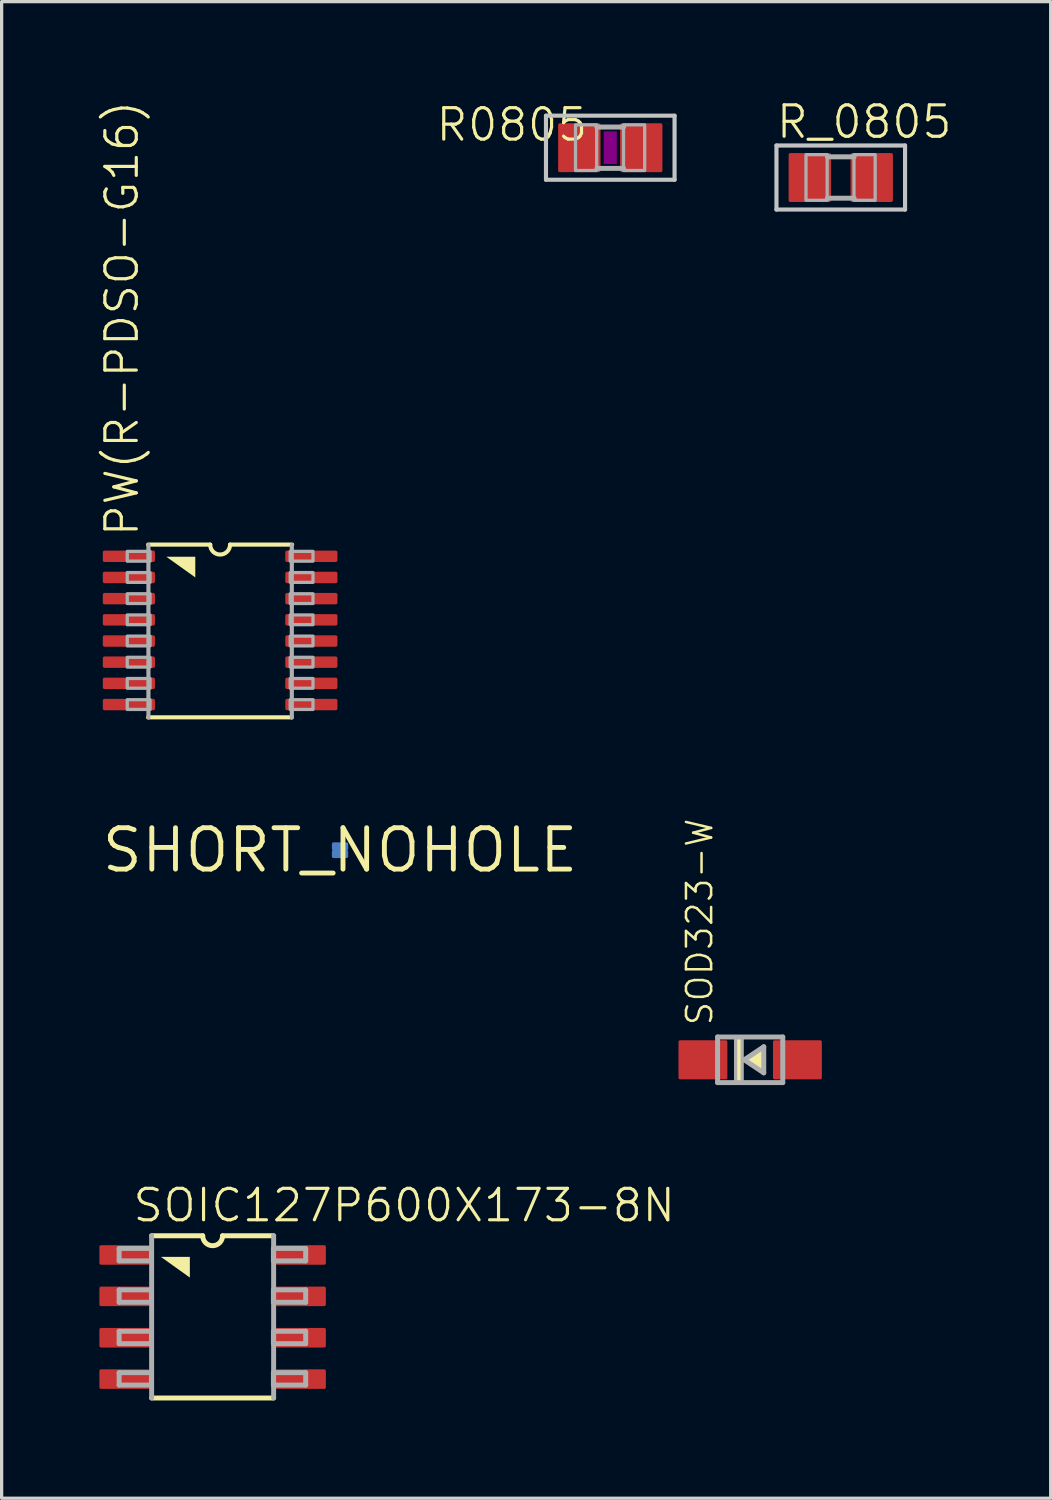
<source format=kicad_pcb>
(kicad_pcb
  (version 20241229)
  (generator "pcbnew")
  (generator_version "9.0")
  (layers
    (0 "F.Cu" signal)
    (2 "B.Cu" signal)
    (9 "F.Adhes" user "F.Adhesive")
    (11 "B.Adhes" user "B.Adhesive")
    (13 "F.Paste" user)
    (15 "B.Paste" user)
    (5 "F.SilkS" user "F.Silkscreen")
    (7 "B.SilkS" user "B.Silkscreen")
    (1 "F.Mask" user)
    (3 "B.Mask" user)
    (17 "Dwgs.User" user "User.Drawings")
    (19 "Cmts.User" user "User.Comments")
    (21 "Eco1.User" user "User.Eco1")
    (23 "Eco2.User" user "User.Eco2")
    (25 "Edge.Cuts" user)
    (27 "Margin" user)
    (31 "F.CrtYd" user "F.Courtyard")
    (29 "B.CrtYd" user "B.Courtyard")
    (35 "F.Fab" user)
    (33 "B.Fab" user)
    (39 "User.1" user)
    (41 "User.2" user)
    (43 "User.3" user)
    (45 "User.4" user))
  (footprint "SOD323-W"
    (layer "F.Cu")
    (at 19.971 29.473)
    (property "Reference" "SOD323-W" (at -1.1 -1 270) (layer "F.SilkS") (effects (font (size 0.772 0.772) (thickness 0.077)) (justify left bottom)))
    (attr through_hole)
    (fp_poly (pts (xy -0.191 0) (xy 0.381 -0.381) (xy 0.381 0.381)) (stroke (width 0) (type solid)) (fill yes) (layer "F.SilkS"))
    (fp_poly (pts (xy -0.446 0.7) (xy -0.246 0.7) (xy -0.246 -0.7) (xy -0.446 -0.7)) (stroke (width 0) (type solid)) (fill yes) (layer "F.SilkS"))
    (fp_line (start -1 -0.7) (end 1 -0.7) (stroke (width 0.152) (type solid)) (layer "F.Fab"))
    (fp_line (start -1 0.7) (end -1 -0.7) (stroke (width 0.152) (type solid)) (layer "F.Fab"))
    (fp_line (start -0.182 0) (end 0.417 -0.4) (stroke (width 0.152) (type solid)) (layer "F.Fab"))
    (fp_line (start 0.417 -0.4) (end 0.417 0.4) (stroke (width 0.152) (type solid)) (layer "F.Fab"))
    (fp_line (start 0.417 0.4) (end -0.182 0) (stroke (width 0.152) (type solid)) (layer "F.Fab"))
    (fp_line (start 1 -0.7) (end 1 0.7) (stroke (width 0.152) (type solid)) (layer "F.Fab"))
    (fp_line (start 1 0.7) (end -1 0.7) (stroke (width 0.152) (type solid)) (layer "F.Fab"))
    (fp_poly (pts (xy -0.446 0.7) (xy -0.246 0.7) (xy -0.246 -0.7) (xy -0.446 -0.7)) (stroke (width 0.1) (type solid)) (fill no) (layer "F.Fab"))
    (pad "A" smd roundrect (at 1.45 0) (size 1.5 1.2) (layers "F.Cu" "F.Mask" "F.Paste") (roundrect_rratio 0.042))
    (pad "C" smd roundrect (at -1.45 0) (size 1.5 1.2) (layers "F.Cu" "F.Mask" "F.Paste") (roundrect_rratio 0.042)))
  (footprint "R0805"
    (layer "F.Cu")
    (at 15.678 1.483)
    (property "Reference" "R0805" (at -0.635 -1.27 0) (layer "F.SilkS") (effects (font (size 0.965 0.965) (thickness 0.097)) (justify right top)))
    (attr through_hole)
    (fp_poly (pts (xy -0.2 0.5) (xy 0.2 0.5) (xy 0.2 -0.5) (xy -0.2 -0.5)) (stroke (width 0) (type solid)) (fill yes) (layer "F.Adhes"))
    (fp_line (start -1.973 -0.983) (end 1.973 -0.983) (stroke (width 0.127) (type solid)) (layer "Dwgs.User"))
    (fp_line (start -1.973 0.983) (end -1.973 -0.983) (stroke (width 0.127) (type solid)) (layer "Dwgs.User"))
    (fp_line (start 1.973 -0.983) (end 1.973 0.983) (stroke (width 0.127) (type solid)) (layer "Dwgs.User"))
    (fp_line (start 1.973 0.983) (end -1.973 0.983) (stroke (width 0.127) (type solid)) (layer "Dwgs.User"))
    (fp_line (start -0.41 -0.635) (end 0.41 -0.635) (stroke (width 0.152) (type solid)) (layer "F.Fab"))
    (fp_line (start -0.41 0.635) (end 0.41 0.635) (stroke (width 0.152) (type solid)) (layer "F.Fab"))
    (fp_poly (pts (xy -1.067 0.699) (xy -0.417 0.699) (xy -0.417 -0.702) (xy -1.067 -0.702)) (stroke (width 0.1) (type solid)) (fill no) (layer "F.Fab"))
    (fp_poly (pts (xy 0.406 0.699) (xy 1.056 0.699) (xy 1.056 -0.702) (xy 0.406 -0.702)) (stroke (width 0.1) (type solid)) (fill no) (layer "F.Fab"))
    (pad "1" smd roundrect (at -0.95 0) (size 1.3 1.5) (layers "F.Cu" "F.Mask" "F.Paste") (roundrect_rratio 0.039))
    (pad "2" smd roundrect (at 0.95 0) (size 1.3 1.5) (layers "F.Cu" "F.Mask" "F.Paste") (roundrect_rratio 0.039)))
  (footprint "SHORT_NOHOLE"
    (layer "F.Cu")
    (at 7.385 23.041)
    (property "Reference" "SHORT_NOHOLE" (at 0 0 0) (layer "F.SilkS") (effects (font (size 1.27 1.27) (thickness 0.15))))
    (attr through_hole)
    (pad "P$1" smd roundrect (at 0 -0.117 180) (size 0.5 0.25) (layers "B.Cu" "B.Mask") (roundrect_rratio 0.203))
    (pad "P$2" smd roundrect (at 0 0.117 180) (size 0.5 0.25) (layers "B.Cu" "B.Mask") (roundrect_rratio 0.203)))
  (footprint "PW(R-PDSO-G16)"
    (layer "F.Cu")
    (at 3.705 16.321)
    (property "Reference" "PW(R-PDSO-G16)" (at -2.45 -2.85 270) (layer "F.SilkS") (effects (font (size 0.965 0.965) (thickness 0.097)) (justify left bottom)))
    (attr through_hole)
    (fp_line (start -0.305 -2.658) (end -2.21 -2.658) (stroke (width 0.127) (type solid)) (layer "F.SilkS"))
    (fp_line (start 2.195 2.642) (end -2.21 2.642) (stroke (width 0.127) (type solid)) (layer "F.SilkS"))
    (fp_line (start 2.21 -2.658) (end 0.305 -2.658) (stroke (width 0.127) (type solid)) (layer "F.SilkS"))
    (fp_arc (start 0.3048 -2.6578) (mid 0 -2.353) (end -0.3048 -2.6578) (stroke (width 0.127) (type solid)) (layer "F.SilkS"))
    (fp_poly (pts (xy -1.651 -2.286) (xy -0.762 -2.286) (xy -0.762 -1.651)) (stroke (width 0) (type solid)) (fill yes) (layer "F.SilkS"))
    (fp_line (start -2.2 2.65) (end -2.2 -2.65) (stroke (width 0.127) (type solid)) (layer "F.Fab"))
    (fp_line (start 2.2 2.65) (end 2.2 -2.65) (stroke (width 0.127) (type solid)) (layer "F.Fab"))
    (fp_poly (pts (xy -2.85 -2.15) (xy -2.15 -2.15) (xy -2.15 -2.45) (xy -2.85 -2.45)) (stroke (width 0.1) (type solid)) (fill no) (layer "F.Fab"))
    (fp_poly (pts (xy -2.85 -1.5) (xy -2.15 -1.5) (xy -2.15 -1.8) (xy -2.85 -1.8)) (stroke (width 0.1) (type solid)) (fill no) (layer "F.Fab"))
    (fp_poly (pts (xy -2.85 -0.85) (xy -2.15 -0.85) (xy -2.15 -1.15) (xy -2.85 -1.15)) (stroke (width 0.1) (type solid)) (fill no) (layer "F.Fab"))
    (fp_poly (pts (xy -2.85 -0.2) (xy -2.15 -0.2) (xy -2.15 -0.5) (xy -2.85 -0.5)) (stroke (width 0.1) (type solid)) (fill no) (layer "F.Fab"))
    (fp_poly (pts (xy -2.85 0.45) (xy -2.15 0.45) (xy -2.15 0.15) (xy -2.85 0.15)) (stroke (width 0.1) (type solid)) (fill no) (layer "F.Fab"))
    (fp_poly (pts (xy -2.85 1.1) (xy -2.15 1.1) (xy -2.15 0.8) (xy -2.85 0.8)) (stroke (width 0.1) (type solid)) (fill no) (layer "F.Fab"))
    (fp_poly (pts (xy -2.85 1.75) (xy -2.15 1.75) (xy -2.15 1.45) (xy -2.85 1.45)) (stroke (width 0.1) (type solid)) (fill no) (layer "F.Fab"))
    (fp_poly (pts (xy -2.85 2.4) (xy -2.15 2.4) (xy -2.15 2.1) (xy -2.85 2.1)) (stroke (width 0.1) (type solid)) (fill no) (layer "F.Fab"))
    (fp_poly (pts (xy 2.15 -2.15) (xy 2.85 -2.15) (xy 2.85 -2.45) (xy 2.15 -2.45)) (stroke (width 0.1) (type solid)) (fill no) (layer "F.Fab"))
    (fp_poly (pts (xy 2.15 -1.5) (xy 2.85 -1.5) (xy 2.85 -1.8) (xy 2.15 -1.8)) (stroke (width 0.1) (type solid)) (fill no) (layer "F.Fab"))
    (fp_poly (pts (xy 2.15 -0.85) (xy 2.85 -0.85) (xy 2.85 -1.15) (xy 2.15 -1.15)) (stroke (width 0.1) (type solid)) (fill no) (layer "F.Fab"))
    (fp_poly (pts (xy 2.15 -0.2) (xy 2.85 -0.2) (xy 2.85 -0.5) (xy 2.15 -0.5)) (stroke (width 0.1) (type solid)) (fill no) (layer "F.Fab"))
    (fp_poly (pts (xy 2.15 0.45) (xy 2.85 0.45) (xy 2.85 0.15) (xy 2.15 0.15)) (stroke (width 0.1) (type solid)) (fill no) (layer "F.Fab"))
    (fp_poly (pts (xy 2.15 1.1) (xy 2.85 1.1) (xy 2.85 0.8) (xy 2.15 0.8)) (stroke (width 0.1) (type solid)) (fill no) (layer "F.Fab"))
    (fp_poly (pts (xy 2.15 1.75) (xy 2.85 1.75) (xy 2.85 1.45) (xy 2.15 1.45)) (stroke (width 0.1) (type solid)) (fill no) (layer "F.Fab"))
    (fp_poly (pts (xy 2.15 2.4) (xy 2.85 2.4) (xy 2.85 2.1) (xy 2.15 2.1)) (stroke (width 0.1) (type solid)) (fill no) (layer "F.Fab"))
    (pad "1" smd roundrect (at -2.8 -2.3) (size 1.6 0.35) (layers "F.Cu" "F.Mask" "F.Paste") (roundrect_rratio 0.145))
    (pad "2" smd roundrect (at -2.8 -1.65) (size 1.6 0.35) (layers "F.Cu" "F.Mask" "F.Paste") (roundrect_rratio 0.145))
    (pad "3" smd roundrect (at -2.8 -1) (size 1.6 0.35) (layers "F.Cu" "F.Mask" "F.Paste") (roundrect_rratio 0.145))
    (pad "4" smd roundrect (at -2.8 -0.35) (size 1.6 0.35) (layers "F.Cu" "F.Mask" "F.Paste") (roundrect_rratio 0.145))
    (pad "5" smd roundrect (at -2.8 0.3) (size 1.6 0.35) (layers "F.Cu" "F.Mask" "F.Paste") (roundrect_rratio 0.145))
    (pad "6" smd roundrect (at -2.8 0.95) (size 1.6 0.35) (layers "F.Cu" "F.Mask" "F.Paste") (roundrect_rratio 0.145))
    (pad "7" smd roundrect (at -2.8 1.6) (size 1.6 0.35) (layers "F.Cu" "F.Mask" "F.Paste") (roundrect_rratio 0.145))
    (pad "8" smd roundrect (at -2.8 2.25) (size 1.6 0.35) (layers "F.Cu" "F.Mask" "F.Paste") (roundrect_rratio 0.145))
    (pad "9" smd roundrect (at 2.8 2.25) (size 1.6 0.35) (layers "F.Cu" "F.Mask" "F.Paste") (roundrect_rratio 0.145))
    (pad "10" smd roundrect (at 2.8 1.6) (size 1.6 0.35) (layers "F.Cu" "F.Mask" "F.Paste") (roundrect_rratio 0.145))
    (pad "11" smd roundrect (at 2.8 0.95) (size 1.6 0.35) (layers "F.Cu" "F.Mask" "F.Paste") (roundrect_rratio 0.145))
    (pad "12" smd roundrect (at 2.8 0.3) (size 1.6 0.35) (layers "F.Cu" "F.Mask" "F.Paste") (roundrect_rratio 0.145))
    (pad "13" smd roundrect (at 2.8 -0.35) (size 1.6 0.35) (layers "F.Cu" "F.Mask" "F.Paste") (roundrect_rratio 0.145))
    (pad "14" smd roundrect (at 2.8 -1) (size 1.6 0.35) (layers "F.Cu" "F.Mask" "F.Paste") (roundrect_rratio 0.145))
    (pad "15" smd roundrect (at 2.8 -1.65) (size 1.6 0.35) (layers "F.Cu" "F.Mask" "F.Paste") (roundrect_rratio 0.145))
    (pad "16" smd roundrect (at 2.8 -2.3) (size 1.6 0.35) (layers "F.Cu" "F.Mask" "F.Paste") (roundrect_rratio 0.145)))
  (footprint "SOIC127P600X173-8N"
    (layer "F.Cu")
    (at 3.475 37.362)
    (property "Reference" "SOIC127P600X173-8N" (at -2.502 -2.857 180) (layer "F.SilkS") (effects (font (size 0.965 0.965) (thickness 0.097)) (justify left bottom)))
    (attr through_hole)
    (fp_line (start -1.872 2.489) (end 1.872 2.489) (stroke (width 0.152) (type solid)) (layer "F.SilkS"))
    (fp_line (start -0.305 -2.489) (end -1.872 -2.489) (stroke (width 0.152) (type solid)) (layer "F.SilkS"))
    (fp_line (start 1.872 -2.489) (end 0.305 -2.489) (stroke (width 0.152) (type solid)) (layer "F.SilkS"))
    (fp_arc (start 0.3048 -2.4892) (mid 0 -2.1844) (end -0.3048 -2.4892) (stroke (width 0.1524) (type solid)) (layer "F.SilkS"))
    (fp_poly (pts (xy -1.587 -1.841) (xy -0.699 -1.841) (xy -0.699 -1.206)) (stroke (width 0) (type solid)) (fill yes) (layer "F.SilkS"))
    (fp_line (start -2.869 -2.099) (end -2.869 -1.718) (stroke (width 0.152) (type solid)) (layer "F.Fab"))
    (fp_line (start -2.869 -1.718) (end -1.878 -1.718) (stroke (width 0.152) (type solid)) (layer "F.Fab"))
    (fp_line (start -2.869 -0.829) (end -2.869 -0.448) (stroke (width 0.152) (type solid)) (layer "F.Fab"))
    (fp_line (start -2.869 -0.448) (end -1.878 -0.448) (stroke (width 0.152) (type solid)) (layer "F.Fab"))
    (fp_line (start -2.869 0.441) (end -2.869 0.822) (stroke (width 0.152) (type solid)) (layer "F.Fab"))
    (fp_line (start -2.869 0.822) (end -1.878 0.822) (stroke (width 0.152) (type solid)) (layer "F.Fab"))
    (fp_line (start -2.869 1.711) (end -2.869 2.092) (stroke (width 0.152) (type solid)) (layer "F.Fab"))
    (fp_line (start -2.869 2.092) (end -1.878 2.092) (stroke (width 0.152) (type solid)) (layer "F.Fab"))
    (fp_line (start -1.878 -2.099) (end -2.869 -2.099) (stroke (width 0.152) (type solid)) (layer "F.Fab"))
    (fp_line (start -1.878 -1.718) (end -1.878 -2.099) (stroke (width 0.152) (type solid)) (layer "F.Fab"))
    (fp_line (start -1.878 -0.829) (end -2.869 -0.829) (stroke (width 0.152) (type solid)) (layer "F.Fab"))
    (fp_line (start -1.878 -0.448) (end -1.878 -0.829) (stroke (width 0.152) (type solid)) (layer "F.Fab"))
    (fp_line (start -1.878 0.441) (end -2.869 0.441) (stroke (width 0.152) (type solid)) (layer "F.Fab"))
    (fp_line (start -1.878 0.822) (end -1.878 0.441) (stroke (width 0.152) (type solid)) (layer "F.Fab"))
    (fp_line (start -1.878 1.711) (end -2.869 1.711) (stroke (width 0.152) (type solid)) (layer "F.Fab"))
    (fp_line (start -1.878 2.092) (end -1.878 1.711) (stroke (width 0.152) (type solid)) (layer "F.Fab"))
    (fp_line (start -1.872 2.489) (end -1.872 -2.489) (stroke (width 0.152) (type solid)) (layer "F.Fab"))
    (fp_line (start 1.865 -2.099) (end 1.865 -1.718) (stroke (width 0.152) (type solid)) (layer "F.Fab"))
    (fp_line (start 1.865 -1.718) (end 2.856 -1.718) (stroke (width 0.152) (type solid)) (layer "F.Fab"))
    (fp_line (start 1.865 -0.829) (end 1.865 -0.448) (stroke (width 0.152) (type solid)) (layer "F.Fab"))
    (fp_line (start 1.865 -0.448) (end 2.856 -0.448) (stroke (width 0.152) (type solid)) (layer "F.Fab"))
    (fp_line (start 1.865 0.441) (end 1.865 0.822) (stroke (width 0.152) (type solid)) (layer "F.Fab"))
    (fp_line (start 1.865 0.822) (end 2.856 0.822) (stroke (width 0.152) (type solid)) (layer "F.Fab"))
    (fp_line (start 1.865 1.711) (end 1.865 2.092) (stroke (width 0.152) (type solid)) (layer "F.Fab"))
    (fp_line (start 1.865 2.092) (end 2.856 2.092) (stroke (width 0.152) (type solid)) (layer "F.Fab"))
    (fp_line (start 1.872 2.489) (end 1.872 -2.489) (stroke (width 0.152) (type solid)) (layer "F.Fab"))
    (fp_line (start 2.856 -2.099) (end 1.865 -2.099) (stroke (width 0.152) (type solid)) (layer "F.Fab"))
    (fp_line (start 2.856 -1.718) (end 2.856 -2.099) (stroke (width 0.152) (type solid)) (layer "F.Fab"))
    (fp_line (start 2.856 -0.829) (end 1.865 -0.829) (stroke (width 0.152) (type solid)) (layer "F.Fab"))
    (fp_line (start 2.856 -0.448) (end 2.856 -0.829) (stroke (width 0.152) (type solid)) (layer "F.Fab"))
    (fp_line (start 2.856 0.441) (end 1.865 0.441) (stroke (width 0.152) (type solid)) (layer "F.Fab"))
    (fp_line (start 2.856 0.822) (end 2.856 0.441) (stroke (width 0.152) (type solid)) (layer "F.Fab"))
    (fp_line (start 2.856 1.711) (end 1.865 1.711) (stroke (width 0.152) (type solid)) (layer "F.Fab"))
    (fp_line (start 2.856 2.092) (end 2.856 1.711) (stroke (width 0.152) (type solid)) (layer "F.Fab"))
    (pad "1" smd roundrect (at -2.7 -1.9) (size 1.55 0.6) (layers "F.Cu" "F.Mask" "F.Paste") (roundrect_rratio 0.085))
    (pad "2" smd roundrect (at -2.7 -0.63) (size 1.55 0.6) (layers "F.Cu" "F.Mask" "F.Paste") (roundrect_rratio 0.085))
    (pad "3" smd roundrect (at -2.7 0.64) (size 1.55 0.6) (layers "F.Cu" "F.Mask" "F.Paste") (roundrect_rratio 0.085))
    (pad "4" smd roundrect (at -2.7 1.91) (size 1.55 0.6) (layers "F.Cu" "F.Mask" "F.Paste") (roundrect_rratio 0.085))
    (pad "5" smd roundrect (at 2.7 1.91) (size 1.55 0.6) (layers "F.Cu" "F.Mask" "F.Paste") (roundrect_rratio 0.085))
    (pad "6" smd roundrect (at 2.7 0.64) (size 1.55 0.6) (layers "F.Cu" "F.Mask" "F.Paste") (roundrect_rratio 0.085))
    (pad "7" smd roundrect (at 2.7 -0.63) (size 1.55 0.6) (layers "F.Cu" "F.Mask" "F.Paste") (roundrect_rratio 0.085))
    (pad "8" smd roundrect (at 2.7 -1.9) (size 1.55 0.6) (layers "F.Cu" "F.Mask" "F.Paste") (roundrect_rratio 0.085)))
  (footprint "R_0805"
    (layer "F.Cu")
    (at 22.751 2.398)
    (property "Reference" "R_0805" (at -2.032 -1.143 0) (layer "F.SilkS") (effects (font (size 0.965 0.965) (thickness 0.097)) (justify left bottom)))
    (attr through_hole)
    (fp_line (start -1.973 -0.983) (end 1.973 -0.983) (stroke (width 0.127) (type solid)) (layer "Dwgs.User"))
    (fp_line (start -1.973 0.983) (end -1.973 -0.983) (stroke (width 0.127) (type solid)) (layer "Dwgs.User"))
    (fp_line (start 1.973 -0.983) (end 1.973 0.983) (stroke (width 0.127) (type solid)) (layer "Dwgs.User"))
    (fp_line (start 1.973 0.983) (end -1.973 0.983) (stroke (width 0.127) (type solid)) (layer "Dwgs.User"))
    (fp_line (start -0.41 -0.635) (end 0.41 -0.635) (stroke (width 0.152) (type solid)) (layer "F.Fab"))
    (fp_line (start -0.41 0.635) (end 0.41 0.635) (stroke (width 0.152) (type solid)) (layer "F.Fab"))
    (fp_poly (pts (xy -1.067 0.699) (xy -0.417 0.699) (xy -0.417 -0.702) (xy -1.067 -0.702)) (stroke (width 0.1) (type solid)) (fill no) (layer "F.Fab"))
    (fp_poly (pts (xy 0.406 0.699) (xy 1.056 0.699) (xy 1.056 -0.702) (xy 0.406 -0.702)) (stroke (width 0.1) (type solid)) (fill no) (layer "F.Fab"))
    (pad "1" smd roundrect (at -0.95 0) (size 1.3 1.5) (layers "F.Cu" "F.Mask" "F.Paste") (roundrect_rratio 0.039))
    (pad "2" smd roundrect (at 0.95 0) (size 1.3 1.5) (layers "F.Cu" "F.Mask" "F.Paste") (roundrect_rratio 0.039)))
  (gr_rect
    (start -3 -3)
    (end 29.193 42.927)
    (stroke (width 0.1) (type default))
    (fill no)
    (layer "Edge.Cuts")))
</source>
